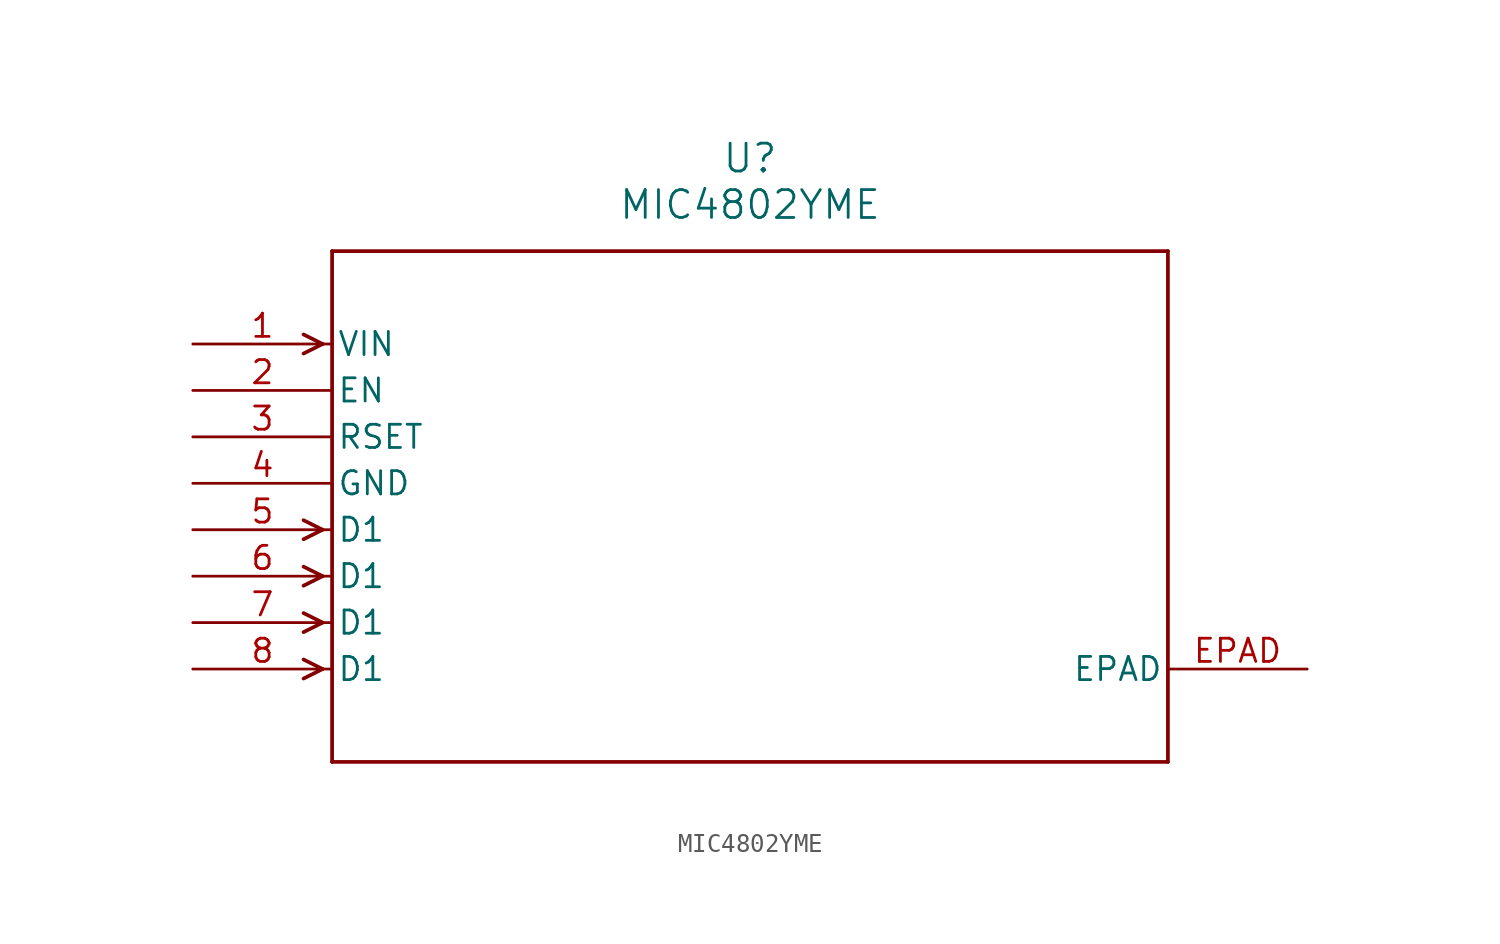
<source format=kicad_sym>
(kicad_symbol_lib
  (version 20211014)
  (generator kicad_symbol_editor)
  (symbol "MIC4802YME"
    (pin_names
      (offset 0.254))
    (property "Reference" "U"
      (at 30.48 10.16 0)
      (effects (font (size 1.524 1.524))))
    (property "Value" "MIC4802YME"
      (at 30.48 7.62 0)
      (effects (font (size 1.524 1.524))))
    (symbol "MIC4802YME_0_1"
      (polyline (pts (xy 7.099 0) (xy 6.058 0.521)) (stroke (width 0.203) (type default) (color 0 0 0 0)) (fill (type none)))
      (polyline (pts (xy 7.099 0) (xy 6.058 -0.521)) (stroke (width 0.203) (type default) (color 0 0 0 0)) (fill (type none)))
      (polyline (pts (xy 7.099 -10.16) (xy 6.058 -9.639)) (stroke (width 0.203) (type default) (color 0 0 0 0)) (fill (type none)))
      (polyline (pts (xy 7.099 -10.16) (xy 6.058 -10.681)) (stroke (width 0.203) (type default) (color 0 0 0 0)) (fill (type none)))
      (polyline (pts (xy 7.099 -12.7) (xy 6.058 -12.179)) (stroke (width 0.203) (type default) (color 0 0 0 0)) (fill (type none)))
      (polyline (pts (xy 7.099 -12.7) (xy 6.058 -13.221)) (stroke (width 0.203) (type default) (color 0 0 0 0)) (fill (type none)))
      (polyline (pts (xy 7.099 -15.24) (xy 6.058 -14.719)) (stroke (width 0.203) (type default) (color 0 0 0 0)) (fill (type none)))
      (polyline (pts (xy 7.099 -15.24) (xy 6.058 -15.761)) (stroke (width 0.203) (type default) (color 0 0 0 0)) (fill (type none)))
      (polyline (pts (xy 7.099 -17.78) (xy 6.058 -17.259)) (stroke (width 0.203) (type default) (color 0 0 0 0)) (fill (type none)))
      (polyline (pts (xy 7.099 -17.78) (xy 6.058 -18.301)) (stroke (width 0.203) (type default) (color 0 0 0 0)) (fill (type none)))
      (polyline (pts (xy 7.62 5.08) (xy 7.62 -22.86)) (stroke (width 0.203) (type default) (color 0 0 0 0)) (fill (type none)))
      (polyline (pts (xy 7.62 -22.86) (xy 53.34 -22.86)) (stroke (width 0.203) (type default) (color 0 0 0 0)) (fill (type none)))
      (polyline (pts (xy 53.34 -22.86) (xy 53.34 5.08)) (stroke (width 0.203) (type default) (color 0 0 0 0)) (fill (type none)))
      (polyline (pts (xy 53.34 5.08) (xy 7.62 5.08)) (stroke (width 0.203) (type default) (color 0 0 0 0)) (fill (type none)))
      (pin input line (at 0 0 0) (length 7.62) (name "VIN" (effects (font (size 1.27 1.27)))) (number "1" (effects (font (size 1.27 1.27)))))
      (pin unspecified line (at 0 -2.54 0) (length 7.62) (name "EN" (effects (font (size 1.27 1.27)))) (number "2" (effects (font (size 1.27 1.27)))))
      (pin unspecified line (at 0 -5.08 0) (length 7.62) (name "RSET" (effects (font (size 1.27 1.27)))) (number "3" (effects (font (size 1.27 1.27)))))
      (pin power_in line (at 0 -7.62 0) (length 7.62) (name "GND" (effects (font (size 1.27 1.27)))) (number "4" (effects (font (size 1.27 1.27)))))
      (pin input line (at 0 -10.16 0) (length 7.62) (name "D1" (effects (font (size 1.27 1.27)))) (number "5" (effects (font (size 1.27 1.27)))))
      (pin input line (at 0 -12.7 0) (length 7.62) (name "D1" (effects (font (size 1.27 1.27)))) (number "6" (effects (font (size 1.27 1.27)))))
      (pin input line (at 0 -15.24 0) (length 7.62) (name "D1" (effects (font (size 1.27 1.27)))) (number "7" (effects (font (size 1.27 1.27)))))
      (pin input line (at 0 -17.78 0) (length 7.62) (name "D1" (effects (font (size 1.27 1.27)))) (number "8" (effects (font (size 1.27 1.27)))))
      (pin unspecified line (at 60.96 -17.78 180) (length 7.62) (name "EPAD" (effects (font (size 1.27 1.27)))) (number "EPAD" (effects (font (size 1.27 1.27))))))))
</source>
